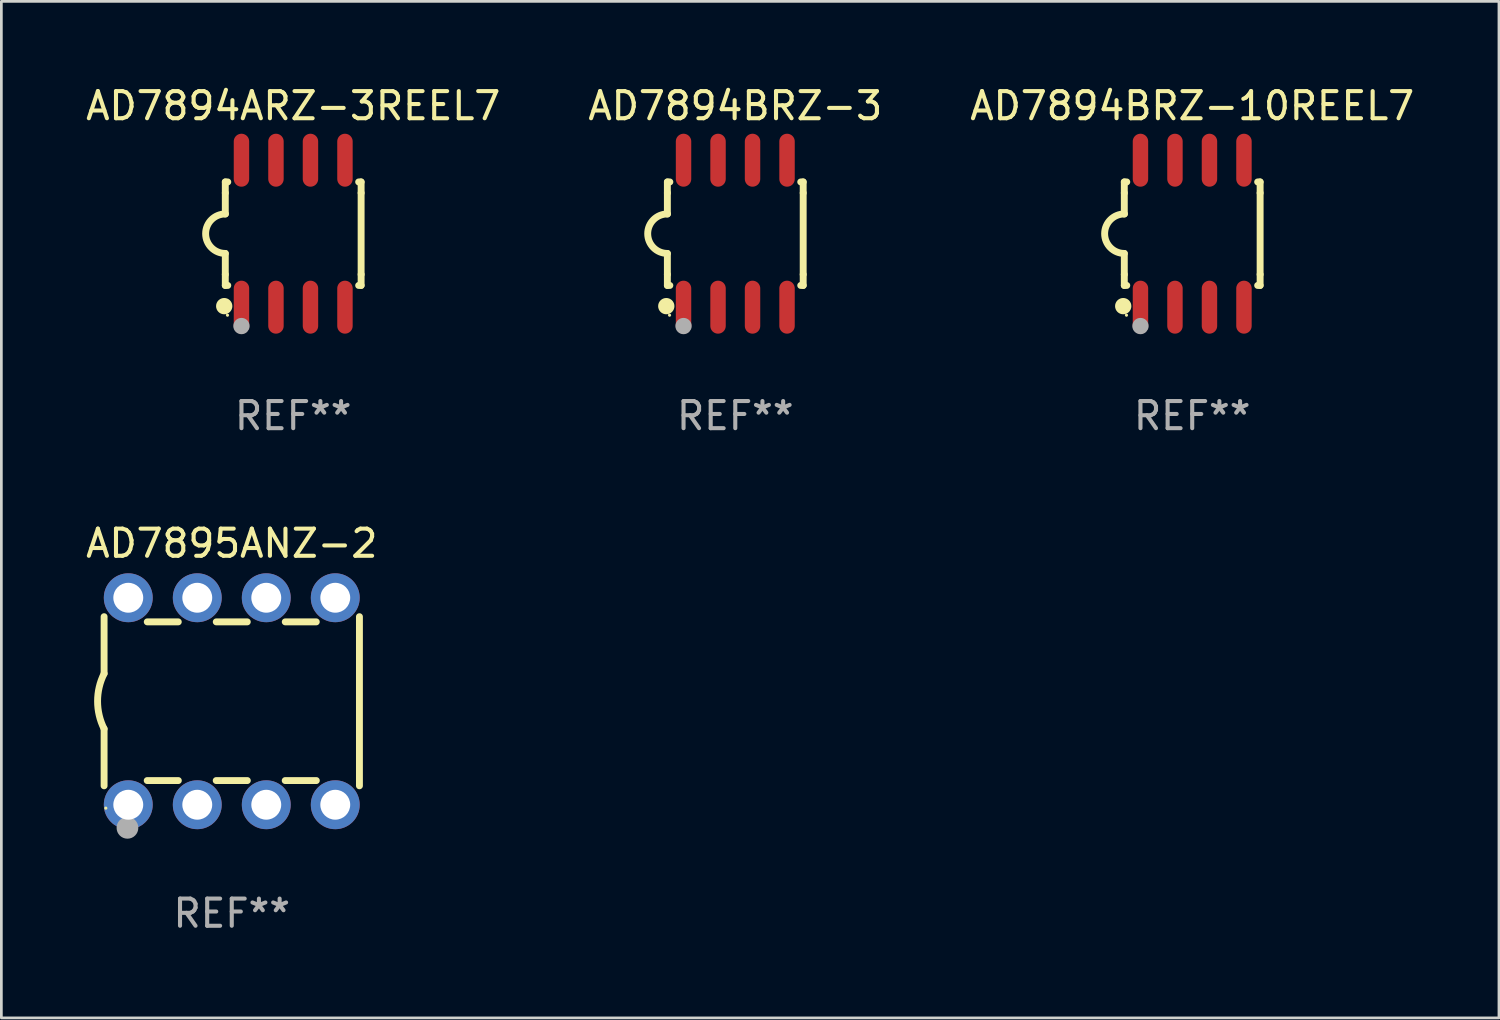
<source format=kicad_pcb>
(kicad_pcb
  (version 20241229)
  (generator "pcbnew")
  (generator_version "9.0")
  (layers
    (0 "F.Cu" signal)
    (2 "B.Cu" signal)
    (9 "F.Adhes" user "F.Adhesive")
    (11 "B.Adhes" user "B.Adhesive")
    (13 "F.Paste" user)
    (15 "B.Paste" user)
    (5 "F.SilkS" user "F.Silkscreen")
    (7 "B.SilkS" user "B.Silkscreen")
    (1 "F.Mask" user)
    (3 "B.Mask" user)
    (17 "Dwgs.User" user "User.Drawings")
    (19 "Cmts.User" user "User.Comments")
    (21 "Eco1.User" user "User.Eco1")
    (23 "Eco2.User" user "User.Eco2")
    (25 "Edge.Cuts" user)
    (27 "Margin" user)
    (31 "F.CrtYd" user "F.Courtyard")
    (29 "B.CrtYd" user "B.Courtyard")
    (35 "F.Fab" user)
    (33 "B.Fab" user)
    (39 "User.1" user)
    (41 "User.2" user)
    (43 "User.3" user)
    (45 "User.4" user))
  (footprint "AD7894BRZ-10REEL7"
    (layer "F.Cu")
    (at 40.839 5.553)
    (property "Reference" "AD7894BRZ-10REEL7" (at 0 -4.705 0) (layer "F.SilkS") (effects (font (size 1 1) (thickness 0.15))))
    (attr through_hole)
    (fp_line (start -2.5 -1.905) (end -2.409 -1.905) (stroke (width 0.254) (type solid)) (layer "F.SilkS"))
    (fp_line (start -2.5 -1.5) (end -2.5 -1.905) (stroke (width 0.254) (type solid)) (layer "F.SilkS"))
    (fp_line (start -2.5 -1.5) (end -2.5 -0.726) (stroke (width 0.254) (type solid)) (layer "F.SilkS"))
    (fp_line (start -2.5 1.5) (end -2.5 0.727) (stroke (width 0.254) (type solid)) (layer "F.SilkS"))
    (fp_line (start -2.5 1.5) (end -2.5 1.905) (stroke (width 0.254) (type solid)) (layer "F.SilkS"))
    (fp_line (start -2.5 1.905) (end -2.409 1.905) (stroke (width 0.254) (type solid)) (layer "F.SilkS"))
    (fp_line (start 2.5 -1.905) (end 2.409 -1.905) (stroke (width 0.254) (type solid)) (layer "F.SilkS"))
    (fp_line (start 2.5 -1.5) (end 2.5 -1.905) (stroke (width 0.254) (type solid)) (layer "F.SilkS"))
    (fp_line (start 2.5 -1.5) (end 2.5 1.5) (stroke (width 0.254) (type solid)) (layer "F.SilkS"))
    (fp_line (start 2.5 1.5) (end 2.5 1.905) (stroke (width 0.254) (type solid)) (layer "F.SilkS"))
    (fp_line (start 2.5 1.905) (end 2.409 1.905) (stroke (width 0.254) (type solid)) (layer "F.SilkS"))
    (fp_arc (start -2.5 0.726568) (mid -3.220316 -0.0023) (end -2.495097 -0.726289) (stroke (width 0.254001) (type solid)) (layer "F.SilkS"))
    (fp_circle (center -2.54 2.667) (end -2.39 2.667) (stroke (width 0.3) (type solid)) (fill no) (layer "F.SilkS"))
    (fp_circle (center -2.42 3) (end -2.39 3) (stroke (width 0.06) (type solid)) (fill no) (layer "F.SilkS"))
    (fp_circle (center -1.905 3.4) (end -1.755 3.4) (stroke (width 0.3) (type solid)) (fill no) (layer "F.Fab"))
    (fp_text user "REF**" (at 0 6.705 0) (layer "F.Fab") (effects (font (size 1 1) (thickness 0.15))))
    (pad "1" smd oval (at -1.905 2.705) (size 0.568 1.95) (layers "F.Cu" "F.Mask" "F.Paste"))
    (pad "2" smd oval (at -0.635 2.705) (size 0.568 1.95) (layers "F.Cu" "F.Mask" "F.Paste"))
    (pad "3" smd oval (at 0.635 2.705) (size 0.568 1.95) (layers "F.Cu" "F.Mask" "F.Paste"))
    (pad "4" smd oval (at 1.905 2.705) (size 0.568 1.95) (layers "F.Cu" "F.Mask" "F.Paste"))
    (pad "5" smd oval (at 1.905 -2.705) (size 0.568 1.95) (layers "F.Cu" "F.Mask" "F.Paste"))
    (pad "6" smd oval (at 0.635 -2.705) (size 0.568 1.95) (layers "F.Cu" "F.Mask" "F.Paste"))
    (pad "7" smd oval (at -0.635 -2.705) (size 0.568 1.95) (layers "F.Cu" "F.Mask" "F.Paste"))
    (pad "8" smd oval (at -1.905 -2.705) (size 0.568 1.95) (layers "F.Cu" "F.Mask" "F.Paste")))
  (footprint "AD7895ANZ-2"
    (layer "F.Cu")
    (at 5.482 22.765)
    (property "Reference" "AD7895ANZ-2" (at 0 -5.81 0) (layer "F.SilkS") (effects (font (size 1 1) (thickness 0.15))))
    (attr through_hole)
    (fp_line (start -4.7 -1.017) (end -4.7 -3.113) (stroke (width 0.254) (type solid)) (layer "F.SilkS"))
    (fp_line (start -4.7 1.015) (end -4.7 3.113) (stroke (width 0.254) (type solid)) (layer "F.SilkS"))
    (fp_line (start -3.113 2.92) (end -1.967 2.92) (stroke (width 0.254) (type solid)) (layer "F.SilkS"))
    (fp_line (start -3.111 -2.922) (end -1.969 -2.922) (stroke (width 0.254) (type solid)) (layer "F.SilkS"))
    (fp_line (start -0.573 2.92) (end 0.573 2.92) (stroke (width 0.254) (type solid)) (layer "F.SilkS"))
    (fp_line (start -0.571 -2.922) (end 0.571 -2.922) (stroke (width 0.254) (type solid)) (layer "F.SilkS"))
    (fp_line (start 1.967 2.92) (end 3.113 2.92) (stroke (width 0.254) (type solid)) (layer "F.SilkS"))
    (fp_line (start 1.969 -2.922) (end 3.111 -2.922) (stroke (width 0.254) (type solid)) (layer "F.SilkS"))
    (fp_line (start 4.7 -3.113) (end 4.7 3.113) (stroke (width 0.254) (type solid)) (layer "F.SilkS"))
    (fp_arc (start -4.7 1.01524) (mid -4.939846 -0.000762) (end -4.7 -1.016764) (stroke (width 0.254001) (type solid)) (layer "F.SilkS"))
    (fp_circle (center -4.636 3.935) (end -4.606 3.935) (stroke (width 0.06) (type solid)) (fill no) (layer "F.SilkS"))
    (fp_circle (center -3.84 4.66) (end -3.64 4.66) (stroke (width 0.4) (type solid)) (fill no) (layer "F.Fab"))
    (fp_text user "REF**" (at 0 7.81 0) (layer "F.Fab") (effects (font (size 1 1) (thickness 0.15))))
    (pad "1" thru_hole circle (at -3.81 3.81) (size 1.8 1.8) (drill 1.1) (layers "*.Cu" "*.Mask"))
    (pad "2" thru_hole circle (at -1.27 3.81) (size 1.8 1.8) (drill 1.1) (layers "*.Cu" "*.Mask"))
    (pad "3" thru_hole circle (at 1.27 3.81) (size 1.8 1.8) (drill 1.1) (layers "*.Cu" "*.Mask"))
    (pad "4" thru_hole circle (at 3.81 3.81) (size 1.8 1.8) (drill 1.1) (layers "*.Cu" "*.Mask"))
    (pad "5" thru_hole circle (at 3.81 -3.81) (size 1.8 1.8) (drill 1.1) (layers "*.Cu" "*.Mask"))
    (pad "6" thru_hole circle (at 1.27 -3.81) (size 1.8 1.8) (drill 1.1) (layers "*.Cu" "*.Mask"))
    (pad "7" thru_hole circle (at -1.27 -3.81) (size 1.8 1.8) (drill 1.1) (layers "*.Cu" "*.Mask"))
    (pad "8" thru_hole circle (at -3.81 -3.81) (size 1.8 1.8) (drill 1.1) (layers "*.Cu" "*.Mask")))
  (footprint "AD7894BRZ-3"
    (layer "F.Cu")
    (at 24.018 5.553)
    (property "Reference" "AD7894BRZ-3" (at 0 -4.705 0) (layer "F.SilkS") (effects (font (size 1 1) (thickness 0.15))))
    (attr through_hole)
    (fp_line (start -2.5 -1.905) (end -2.409 -1.905) (stroke (width 0.254) (type solid)) (layer "F.SilkS"))
    (fp_line (start -2.5 -1.5) (end -2.5 -1.905) (stroke (width 0.254) (type solid)) (layer "F.SilkS"))
    (fp_line (start -2.5 -1.5) (end -2.5 -0.726) (stroke (width 0.254) (type solid)) (layer "F.SilkS"))
    (fp_line (start -2.5 1.5) (end -2.5 0.727) (stroke (width 0.254) (type solid)) (layer "F.SilkS"))
    (fp_line (start -2.5 1.5) (end -2.5 1.905) (stroke (width 0.254) (type solid)) (layer "F.SilkS"))
    (fp_line (start -2.5 1.905) (end -2.409 1.905) (stroke (width 0.254) (type solid)) (layer "F.SilkS"))
    (fp_line (start 2.5 -1.905) (end 2.409 -1.905) (stroke (width 0.254) (type solid)) (layer "F.SilkS"))
    (fp_line (start 2.5 -1.5) (end 2.5 -1.905) (stroke (width 0.254) (type solid)) (layer "F.SilkS"))
    (fp_line (start 2.5 -1.5) (end 2.5 1.5) (stroke (width 0.254) (type solid)) (layer "F.SilkS"))
    (fp_line (start 2.5 1.5) (end 2.5 1.905) (stroke (width 0.254) (type solid)) (layer "F.SilkS"))
    (fp_line (start 2.5 1.905) (end 2.409 1.905) (stroke (width 0.254) (type solid)) (layer "F.SilkS"))
    (fp_arc (start -2.5 0.726568) (mid -3.220316 -0.0023) (end -2.495097 -0.726289) (stroke (width 0.254001) (type solid)) (layer "F.SilkS"))
    (fp_circle (center -2.54 2.667) (end -2.39 2.667) (stroke (width 0.3) (type solid)) (fill no) (layer "F.SilkS"))
    (fp_circle (center -2.42 3) (end -2.39 3) (stroke (width 0.06) (type solid)) (fill no) (layer "F.SilkS"))
    (fp_circle (center -1.905 3.4) (end -1.755 3.4) (stroke (width 0.3) (type solid)) (fill no) (layer "F.Fab"))
    (fp_text user "REF**" (at 0 6.705 0) (layer "F.Fab") (effects (font (size 1 1) (thickness 0.15))))
    (pad "1" smd oval (at -1.905 2.705) (size 0.568 1.95) (layers "F.Cu" "F.Mask" "F.Paste"))
    (pad "2" smd oval (at -0.635 2.705) (size 0.568 1.95) (layers "F.Cu" "F.Mask" "F.Paste"))
    (pad "3" smd oval (at 0.635 2.705) (size 0.568 1.95) (layers "F.Cu" "F.Mask" "F.Paste"))
    (pad "4" smd oval (at 1.905 2.705) (size 0.568 1.95) (layers "F.Cu" "F.Mask" "F.Paste"))
    (pad "5" smd oval (at 1.905 -2.705) (size 0.568 1.95) (layers "F.Cu" "F.Mask" "F.Paste"))
    (pad "6" smd oval (at 0.635 -2.705) (size 0.568 1.95) (layers "F.Cu" "F.Mask" "F.Paste"))
    (pad "7" smd oval (at -0.635 -2.705) (size 0.568 1.95) (layers "F.Cu" "F.Mask" "F.Paste"))
    (pad "8" smd oval (at -1.905 -2.705) (size 0.568 1.95) (layers "F.Cu" "F.Mask" "F.Paste")))
  (footprint "AD7894ARZ-3REEL7"
    (layer "F.Cu")
    (at 7.744 5.553)
    (property "Reference" "AD7894ARZ-3REEL7" (at 0 -4.705 0) (layer "F.SilkS") (effects (font (size 1 1) (thickness 0.15))))
    (attr through_hole)
    (fp_line (start -2.5 -1.905) (end -2.409 -1.905) (stroke (width 0.254) (type solid)) (layer "F.SilkS"))
    (fp_line (start -2.5 -1.5) (end -2.5 -1.905) (stroke (width 0.254) (type solid)) (layer "F.SilkS"))
    (fp_line (start -2.5 -1.5) (end -2.5 -0.726) (stroke (width 0.254) (type solid)) (layer "F.SilkS"))
    (fp_line (start -2.5 1.5) (end -2.5 0.727) (stroke (width 0.254) (type solid)) (layer "F.SilkS"))
    (fp_line (start -2.5 1.5) (end -2.5 1.905) (stroke (width 0.254) (type solid)) (layer "F.SilkS"))
    (fp_line (start -2.5 1.905) (end -2.409 1.905) (stroke (width 0.254) (type solid)) (layer "F.SilkS"))
    (fp_line (start 2.5 -1.905) (end 2.409 -1.905) (stroke (width 0.254) (type solid)) (layer "F.SilkS"))
    (fp_line (start 2.5 -1.5) (end 2.5 -1.905) (stroke (width 0.254) (type solid)) (layer "F.SilkS"))
    (fp_line (start 2.5 -1.5) (end 2.5 1.5) (stroke (width 0.254) (type solid)) (layer "F.SilkS"))
    (fp_line (start 2.5 1.5) (end 2.5 1.905) (stroke (width 0.254) (type solid)) (layer "F.SilkS"))
    (fp_line (start 2.5 1.905) (end 2.409 1.905) (stroke (width 0.254) (type solid)) (layer "F.SilkS"))
    (fp_arc (start -2.5 0.726568) (mid -3.220316 -0.0023) (end -2.495097 -0.726289) (stroke (width 0.254001) (type solid)) (layer "F.SilkS"))
    (fp_circle (center -2.54 2.667) (end -2.39 2.667) (stroke (width 0.3) (type solid)) (fill no) (layer "F.SilkS"))
    (fp_circle (center -2.42 3) (end -2.39 3) (stroke (width 0.06) (type solid)) (fill no) (layer "F.SilkS"))
    (fp_circle (center -1.905 3.4) (end -1.755 3.4) (stroke (width 0.3) (type solid)) (fill no) (layer "F.Fab"))
    (fp_text user "REF**" (at 0 6.705 0) (layer "F.Fab") (effects (font (size 1 1) (thickness 0.15))))
    (pad "1" smd oval (at -1.905 2.705) (size 0.568 1.95) (layers "F.Cu" "F.Mask" "F.Paste"))
    (pad "2" smd oval (at -0.635 2.705) (size 0.568 1.95) (layers "F.Cu" "F.Mask" "F.Paste"))
    (pad "3" smd oval (at 0.635 2.705) (size 0.568 1.95) (layers "F.Cu" "F.Mask" "F.Paste"))
    (pad "4" smd oval (at 1.905 2.705) (size 0.568 1.95) (layers "F.Cu" "F.Mask" "F.Paste"))
    (pad "5" smd oval (at 1.905 -2.705) (size 0.568 1.95) (layers "F.Cu" "F.Mask" "F.Paste"))
    (pad "6" smd oval (at 0.635 -2.705) (size 0.568 1.95) (layers "F.Cu" "F.Mask" "F.Paste"))
    (pad "7" smd oval (at -0.635 -2.705) (size 0.568 1.95) (layers "F.Cu" "F.Mask" "F.Paste"))
    (pad "8" smd oval (at -1.905 -2.705) (size 0.568 1.95) (layers "F.Cu" "F.Mask" "F.Paste")))
  (gr_rect
    (start -3 -3)
    (end 52.131 34.423)
    (stroke (width 0.1) (type default))
    (fill no)
    (layer "Edge.Cuts")))
</source>
